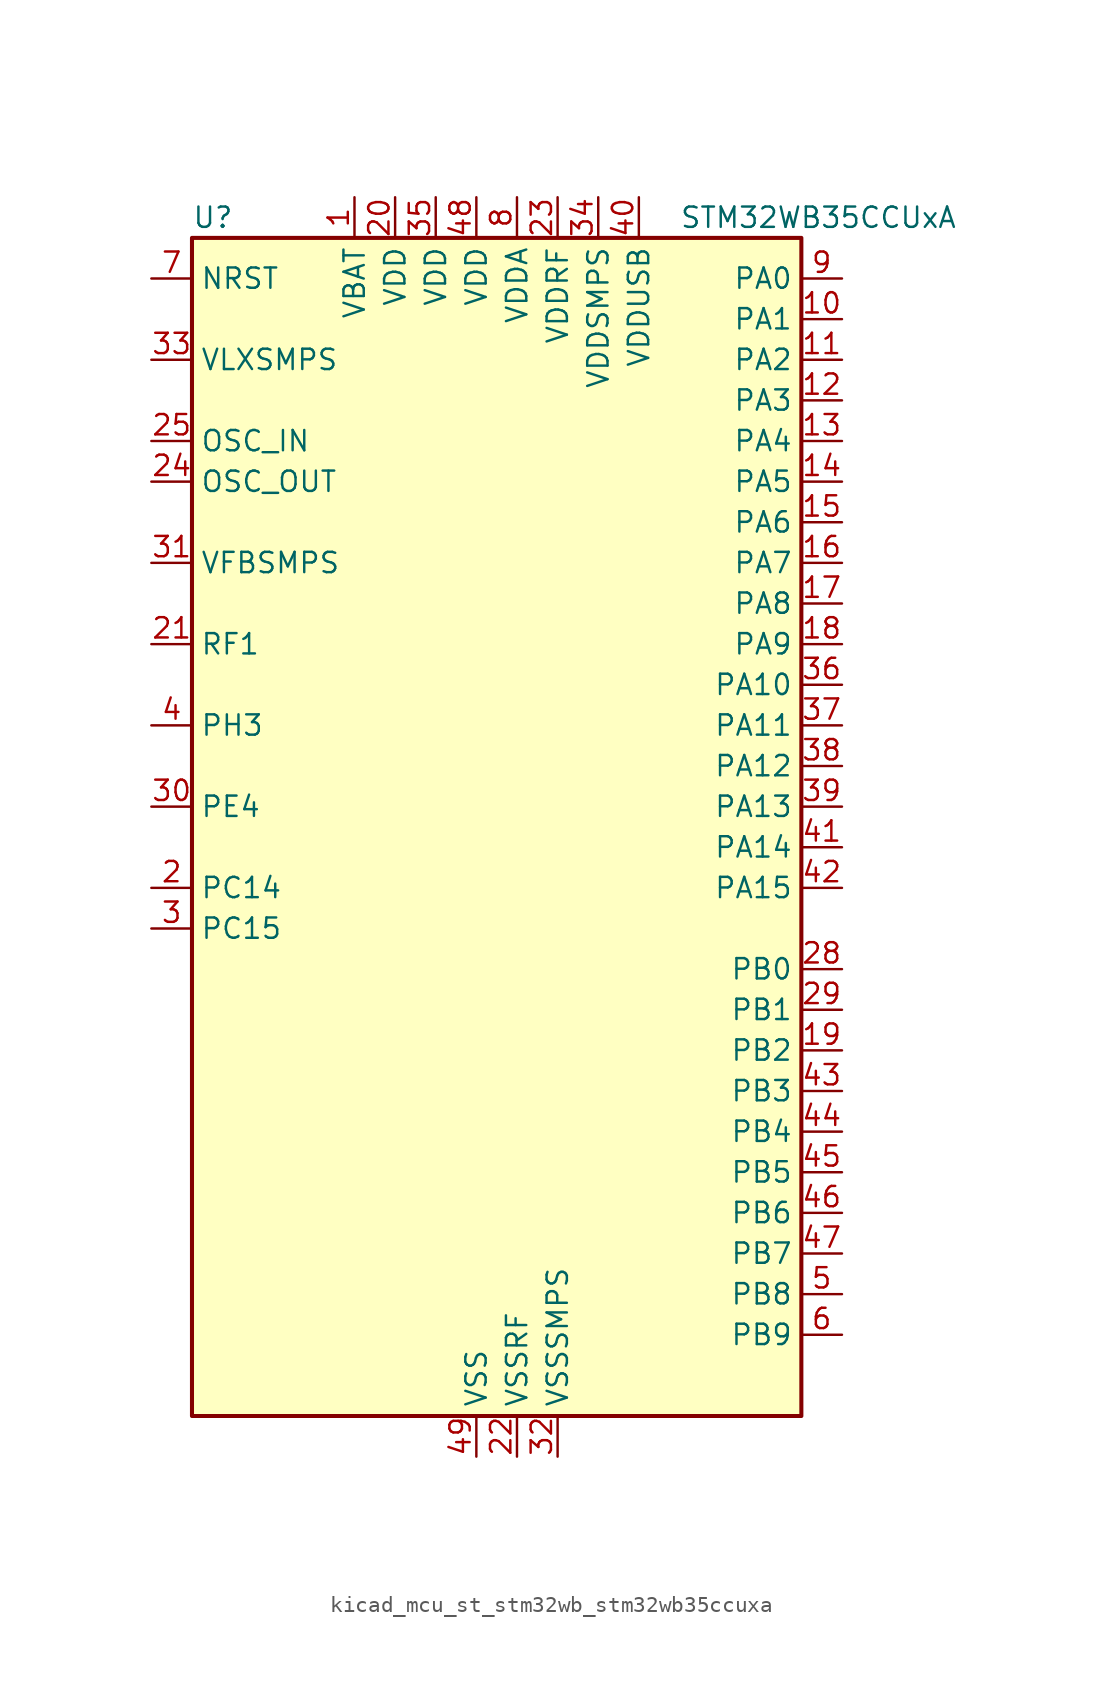
<source format=kicad_sym>
(kicad_symbol_lib
  (version 20220914)
  (generator kicad_symbol_editor)
  (symbol "kicad_mcu_st_stm32wb_stm32wb35ccuxa"
    (property "Reference" "U"
      (at -17.78 39.37 0)
      (effects (font (size 1.27 1.27)) (justify left)))
    (property "Value" "STM32WB35CCUxA"
      (at 12.7 39.37 0)
      (effects (font (size 1.27 1.27)) (justify left)))
    (property "ki_locked" ""
      (at 0 0 0)
      (effects (font (size 1.27 1.27))))
    (symbol "kicad_mcu_st_stm32wb_stm32wb35ccuxa_0_1"
      (rectangle (start -17.78 -35.56) (end 20.32 38.1) (stroke (width 0.254) (type default)) (fill (type background))))
    (symbol "kicad_mcu_st_stm32wb_stm32wb35ccuxa_1_1"
      (pin power_in line (at -7.62 40.64 270) (length 2.54) (name "VBAT" (effects (font (size 1.27 1.27)))) (number "1" (effects (font (size 1.27 1.27)))))
      (pin bidirectional line (at 22.86 33.02 180) (length 2.54) (name "PA1" (effects (font (size 1.27 1.27)))) (number "10" (effects (font (size 1.27 1.27)))) (alternate "ADC1_IN6" bidirectional line) (alternate "COMP1_INP" bidirectional line) (alternate "I2C1_SMBA" bidirectional line) (alternate "SPI1_SCK" bidirectional line) (alternate "TIM2_CH2" bidirectional line))
      (pin bidirectional line (at 22.86 30.48 180) (length 2.54) (name "PA2" (effects (font (size 1.27 1.27)))) (number "11" (effects (font (size 1.27 1.27)))) (alternate "ADC1_IN7" bidirectional line) (alternate "COMP2_INM" bidirectional line) (alternate "COMP2_OUT" bidirectional line) (alternate "LPUART1_TX" bidirectional line) (alternate "QUADSPI_BK1_NCS" bidirectional line) (alternate "RCC_LSCO" bidirectional line) (alternate "SYS_WKUP4" bidirectional line) (alternate "TIM2_CH3" bidirectional line))
      (pin bidirectional line (at 22.86 27.94 180) (length 2.54) (name "PA3" (effects (font (size 1.27 1.27)))) (number "12" (effects (font (size 1.27 1.27)))) (alternate "ADC1_IN8" bidirectional line) (alternate "COMP2_INP" bidirectional line) (alternate "LPUART1_RX" bidirectional line) (alternate "QUADSPI_CLK" bidirectional line) (alternate "SAI1_CK1" bidirectional line) (alternate "SAI1_MCLK_A" bidirectional line) (alternate "TIM2_CH4" bidirectional line))
      (pin bidirectional line (at 22.86 25.4 180) (length 2.54) (name "PA4" (effects (font (size 1.27 1.27)))) (number "13" (effects (font (size 1.27 1.27)))) (alternate "ADC1_IN9" bidirectional line) (alternate "COMP1_INM" bidirectional line) (alternate "COMP2_INM" bidirectional line) (alternate "LPTIM2_OUT" bidirectional line) (alternate "SAI1_FS_B" bidirectional line) (alternate "SPI1_NSS" bidirectional line))
      (pin bidirectional line (at 22.86 22.86 180) (length 2.54) (name "PA5" (effects (font (size 1.27 1.27)))) (number "14" (effects (font (size 1.27 1.27)))) (alternate "ADC1_IN10" bidirectional line) (alternate "COMP1_INM" bidirectional line) (alternate "COMP2_INM" bidirectional line) (alternate "LPTIM2_ETR" bidirectional line) (alternate "SAI1_SD_B" bidirectional line) (alternate "SPI1_SCK" bidirectional line) (alternate "TIM2_CH1" bidirectional line) (alternate "TIM2_ETR" bidirectional line))
      (pin bidirectional line (at 22.86 20.32 180) (length 2.54) (name "PA6" (effects (font (size 1.27 1.27)))) (number "15" (effects (font (size 1.27 1.27)))) (alternate "ADC1_IN11" bidirectional line) (alternate "LPUART1_CTS" bidirectional line) (alternate "QUADSPI_BK1_IO3" bidirectional line) (alternate "SPI1_MISO" bidirectional line) (alternate "TIM16_CH1" bidirectional line) (alternate "TIM1_BKIN" bidirectional line))
      (pin bidirectional line (at 22.86 17.78 180) (length 2.54) (name "PA7" (effects (font (size 1.27 1.27)))) (number "16" (effects (font (size 1.27 1.27)))) (alternate "ADC1_IN12" bidirectional line) (alternate "COMP2_OUT" bidirectional line) (alternate "I2C3_SCL" bidirectional line) (alternate "QUADSPI_BK1_IO2" bidirectional line) (alternate "SPI1_MOSI" bidirectional line) (alternate "TIM17_CH1" bidirectional line) (alternate "TIM1_CH1N" bidirectional line))
      (pin bidirectional line (at 22.86 15.24 180) (length 2.54) (name "PA8" (effects (font (size 1.27 1.27)))) (number "17" (effects (font (size 1.27 1.27)))) (alternate "ADC1_IN15" bidirectional line) (alternate "LPTIM2_OUT" bidirectional line) (alternate "RCC_MCO" bidirectional line) (alternate "SAI1_CK2" bidirectional line) (alternate "SAI1_SCK_A" bidirectional line) (alternate "TIM1_CH1" bidirectional line) (alternate "USART1_CK" bidirectional line))
      (pin bidirectional line (at 22.86 12.7 180) (length 2.54) (name "PA9" (effects (font (size 1.27 1.27)))) (number "18" (effects (font (size 1.27 1.27)))) (alternate "ADC1_IN16" bidirectional line) (alternate "COMP1_INM" bidirectional line) (alternate "I2C1_SCL" bidirectional line) (alternate "SAI1_D2" bidirectional line) (alternate "SAI1_FS_A" bidirectional line) (alternate "TIM1_CH2" bidirectional line) (alternate "USART1_TX" bidirectional line))
      (pin bidirectional line (at 22.86 -12.7 180) (length 2.54) (name "PB2" (effects (font (size 1.27 1.27)))) (number "19" (effects (font (size 1.27 1.27)))) (alternate "COMP1_INP" bidirectional line) (alternate "I2C3_SMBA" bidirectional line) (alternate "LPTIM1_OUT" bidirectional line) (alternate "RTC_OUT2" bidirectional line) (alternate "SAI1_EXTCLK" bidirectional line) (alternate "SPI1_NSS" bidirectional line))
      (pin bidirectional line (at -20.32 -2.54 0) (length 2.54) (name "PC14" (effects (font (size 1.27 1.27)))) (number "2" (effects (font (size 1.27 1.27)))) (alternate "RCC_OSC32_IN" bidirectional line))
      (pin power_in line (at -5.08 40.64 270) (length 2.54) (name "VDD" (effects (font (size 1.27 1.27)))) (number "20" (effects (font (size 1.27 1.27)))))
      (pin bidirectional line (at -20.32 12.7 0) (length 2.54) (name "RF1" (effects (font (size 1.27 1.27)))) (number "21" (effects (font (size 1.27 1.27)))) (alternate "RF_RF1" bidirectional line))
      (pin power_in line (at 2.54 -38.1 90) (length 2.54) (name "VSSRF" (effects (font (size 1.27 1.27)))) (number "22" (effects (font (size 1.27 1.27)))))
      (pin power_in line (at 5.08 40.64 270) (length 2.54) (name "VDDRF" (effects (font (size 1.27 1.27)))) (number "23" (effects (font (size 1.27 1.27)))))
      (pin input line (at -20.32 22.86 0) (length 2.54) (name "OSC_OUT" (effects (font (size 1.27 1.27)))) (number "24" (effects (font (size 1.27 1.27)))) (alternate "RCC_OSC_OUT" bidirectional line))
      (pin input line (at -20.32 25.4 0) (length 2.54) (name "OSC_IN" (effects (font (size 1.27 1.27)))) (number "25" (effects (font (size 1.27 1.27)))) (alternate "RCC_OSC_IN" bidirectional line))
      (pin no_connect line (at -17.78 -35.56 0) (length 2.54) hide (name "AT0" (effects (font (size 1.27 1.27)))) (number "26" (effects (font (size 1.27 1.27)))))
      (pin no_connect line (at -17.78 -33.02 0) (length 2.54) hide (name "AT1" (effects (font (size 1.27 1.27)))) (number "27" (effects (font (size 1.27 1.27)))))
      (pin bidirectional line (at 22.86 -7.62 180) (length 2.54) (name "PB0" (effects (font (size 1.27 1.27)))) (number "28" (effects (font (size 1.27 1.27)))) (alternate "COMP1_OUT" bidirectional line) (alternate "RF_TX_MOD_EXT_PA" bidirectional line))
      (pin bidirectional line (at 22.86 -10.16 180) (length 2.54) (name "PB1" (effects (font (size 1.27 1.27)))) (number "29" (effects (font (size 1.27 1.27)))) (alternate "LPTIM2_IN1" bidirectional line) (alternate "LPUART1_DE" bidirectional line) (alternate "LPUART1_RTS" bidirectional line))
      (pin bidirectional line (at -20.32 -5.08 0) (length 2.54) (name "PC15" (effects (font (size 1.27 1.27)))) (number "3" (effects (font (size 1.27 1.27)))) (alternate "ADC1_EXTI15" bidirectional line) (alternate "RCC_OSC32_OUT" bidirectional line))
      (pin bidirectional line (at -20.32 2.54 0) (length 2.54) (name "PE4" (effects (font (size 1.27 1.27)))) (number "30" (effects (font (size 1.27 1.27)))))
      (pin input line (at -20.32 17.78 0) (length 2.54) (name "VFBSMPS" (effects (font (size 1.27 1.27)))) (number "31" (effects (font (size 1.27 1.27)))))
      (pin power_in line (at 5.08 -38.1 90) (length 2.54) (name "VSSSMPS" (effects (font (size 1.27 1.27)))) (number "32" (effects (font (size 1.27 1.27)))))
      (pin power_in line (at -20.32 30.48 0) (length 2.54) (name "VLXSMPS" (effects (font (size 1.27 1.27)))) (number "33" (effects (font (size 1.27 1.27)))))
      (pin power_in line (at 7.62 40.64 270) (length 2.54) (name "VDDSMPS" (effects (font (size 1.27 1.27)))) (number "34" (effects (font (size 1.27 1.27)))))
      (pin power_in line (at -2.54 40.64 270) (length 2.54) (name "VDD" (effects (font (size 1.27 1.27)))) (number "35" (effects (font (size 1.27 1.27)))))
      (pin bidirectional line (at 22.86 10.16 180) (length 2.54) (name "PA10" (effects (font (size 1.27 1.27)))) (number "36" (effects (font (size 1.27 1.27)))) (alternate "CRS_SYNC" bidirectional line) (alternate "I2C1_SDA" bidirectional line) (alternate "SAI1_D1" bidirectional line) (alternate "SAI1_SD_A" bidirectional line) (alternate "TIM17_BKIN" bidirectional line) (alternate "TIM1_CH3" bidirectional line) (alternate "USART1_RX" bidirectional line))
      (pin bidirectional line (at 22.86 7.62 180) (length 2.54) (name "PA11" (effects (font (size 1.27 1.27)))) (number "37" (effects (font (size 1.27 1.27)))) (alternate "ADC1_EXTI11" bidirectional line) (alternate "SPI1_MISO" bidirectional line) (alternate "TIM1_BKIN2" bidirectional line) (alternate "TIM1_CH4" bidirectional line) (alternate "USART1_CTS" bidirectional line) (alternate "USART1_NSS" bidirectional line) (alternate "USB_DM" bidirectional line))
      (pin bidirectional line (at 22.86 5.08 180) (length 2.54) (name "PA12" (effects (font (size 1.27 1.27)))) (number "38" (effects (font (size 1.27 1.27)))) (alternate "LPUART1_RX" bidirectional line) (alternate "SPI1_MOSI" bidirectional line) (alternate "TIM1_ETR" bidirectional line) (alternate "USART1_DE" bidirectional line) (alternate "USART1_RTS" bidirectional line) (alternate "USB_DP" bidirectional line))
      (pin bidirectional line (at 22.86 2.54 180) (length 2.54) (name "PA13" (effects (font (size 1.27 1.27)))) (number "39" (effects (font (size 1.27 1.27)))) (alternate "IR_OUT" bidirectional line) (alternate "SAI1_SD_B" bidirectional line) (alternate "SYS_JTMS-SWDIO" bidirectional line) (alternate "USB_NOE" bidirectional line))
      (pin bidirectional line (at -20.32 7.62 0) (length 2.54) (name "PH3" (effects (font (size 1.27 1.27)))) (number "4" (effects (font (size 1.27 1.27)))) (alternate "RCC_LSCO" bidirectional line))
      (pin power_in line (at 10.16 40.64 270) (length 2.54) (name "VDDUSB" (effects (font (size 1.27 1.27)))) (number "40" (effects (font (size 1.27 1.27)))))
      (pin bidirectional line (at 22.86 0 180) (length 2.54) (name "PA14" (effects (font (size 1.27 1.27)))) (number "41" (effects (font (size 1.27 1.27)))) (alternate "I2C1_SMBA" bidirectional line) (alternate "LPTIM1_OUT" bidirectional line) (alternate "SAI1_FS_B" bidirectional line) (alternate "SYS_JTCK-SWCLK" bidirectional line))
      (pin bidirectional line (at 22.86 -2.54 180) (length 2.54) (name "PA15" (effects (font (size 1.27 1.27)))) (number "42" (effects (font (size 1.27 1.27)))) (alternate "ADC1_EXTI15" bidirectional line) (alternate "RCC_MCO" bidirectional line) (alternate "SPI1_NSS" bidirectional line) (alternate "SYS_JTDI" bidirectional line) (alternate "TIM2_CH1" bidirectional line) (alternate "TIM2_ETR" bidirectional line))
      (pin bidirectional line (at 22.86 -15.24 180) (length 2.54) (name "PB3" (effects (font (size 1.27 1.27)))) (number "43" (effects (font (size 1.27 1.27)))) (alternate "COMP2_INM" bidirectional line) (alternate "SAI1_SCK_B" bidirectional line) (alternate "SPI1_SCK" bidirectional line) (alternate "SYS_JTDO-SWO" bidirectional line) (alternate "TIM2_CH2" bidirectional line) (alternate "USART1_DE" bidirectional line) (alternate "USART1_RTS" bidirectional line))
      (pin bidirectional line (at 22.86 -17.78 180) (length 2.54) (name "PB4" (effects (font (size 1.27 1.27)))) (number "44" (effects (font (size 1.27 1.27)))) (alternate "COMP2_INP" bidirectional line) (alternate "I2C3_SDA" bidirectional line) (alternate "SAI1_MCLK_B" bidirectional line) (alternate "SPI1_MISO" bidirectional line) (alternate "SYS_JTRST" bidirectional line) (alternate "TIM17_BKIN" bidirectional line) (alternate "USART1_CTS" bidirectional line) (alternate "USART1_NSS" bidirectional line))
      (pin bidirectional line (at 22.86 -20.32 180) (length 2.54) (name "PB5" (effects (font (size 1.27 1.27)))) (number "45" (effects (font (size 1.27 1.27)))) (alternate "COMP2_OUT" bidirectional line) (alternate "I2C1_SMBA" bidirectional line) (alternate "LPTIM1_IN1" bidirectional line) (alternate "LPUART1_TX" bidirectional line) (alternate "SAI1_SD_B" bidirectional line) (alternate "SPI1_MOSI" bidirectional line) (alternate "TIM16_BKIN" bidirectional line) (alternate "USART1_CK" bidirectional line))
      (pin bidirectional line (at 22.86 -22.86 180) (length 2.54) (name "PB6" (effects (font (size 1.27 1.27)))) (number "46" (effects (font (size 1.27 1.27)))) (alternate "COMP2_INP" bidirectional line) (alternate "I2C1_SCL" bidirectional line) (alternate "LPTIM1_ETR" bidirectional line) (alternate "RCC_MCO" bidirectional line) (alternate "SAI1_FS_B" bidirectional line) (alternate "TIM16_CH1N" bidirectional line) (alternate "USART1_TX" bidirectional line))
      (pin bidirectional line (at 22.86 -25.4 180) (length 2.54) (name "PB7" (effects (font (size 1.27 1.27)))) (number "47" (effects (font (size 1.27 1.27)))) (alternate "COMP2_INM" bidirectional line) (alternate "I2C1_SDA" bidirectional line) (alternate "LPTIM1_IN2" bidirectional line) (alternate "SYS_PVD_IN" bidirectional line) (alternate "TIM17_CH1N" bidirectional line) (alternate "TIM1_BKIN" bidirectional line) (alternate "USART1_RX" bidirectional line))
      (pin power_in line (at 0 40.64 270) (length 2.54) (name "VDD" (effects (font (size 1.27 1.27)))) (number "48" (effects (font (size 1.27 1.27)))))
      (pin power_in line (at 0 -38.1 90) (length 2.54) (name "VSS" (effects (font (size 1.27 1.27)))) (number "49" (effects (font (size 1.27 1.27)))))
      (pin bidirectional line (at 22.86 -27.94 180) (length 2.54) (name "PB8" (effects (font (size 1.27 1.27)))) (number "5" (effects (font (size 1.27 1.27)))) (alternate "I2C1_SCL" bidirectional line) (alternate "QUADSPI_BK1_IO1" bidirectional line) (alternate "SAI1_CK1" bidirectional line) (alternate "SAI1_MCLK_A" bidirectional line) (alternate "TIM16_CH1" bidirectional line) (alternate "TIM1_CH2N" bidirectional line))
      (pin bidirectional line (at 22.86 -30.48 180) (length 2.54) (name "PB9" (effects (font (size 1.27 1.27)))) (number "6" (effects (font (size 1.27 1.27)))) (alternate "I2C1_SDA" bidirectional line) (alternate "IR_OUT" bidirectional line) (alternate "QUADSPI_BK1_IO0" bidirectional line) (alternate "SAI1_D2" bidirectional line) (alternate "SAI1_FS_A" bidirectional line) (alternate "TIM17_CH1" bidirectional line) (alternate "TIM1_CH3N" bidirectional line))
      (pin input line (at -20.32 35.56 0) (length 2.54) (name "NRST" (effects (font (size 1.27 1.27)))) (number "7" (effects (font (size 1.27 1.27)))))
      (pin power_in line (at 2.54 40.64 270) (length 2.54) (name "VDDA" (effects (font (size 1.27 1.27)))) (number "8" (effects (font (size 1.27 1.27)))))
      (pin bidirectional line (at 22.86 35.56 180) (length 2.54) (name "PA0" (effects (font (size 1.27 1.27)))) (number "9" (effects (font (size 1.27 1.27)))) (alternate "ADC1_IN5" bidirectional line) (alternate "COMP1_INM" bidirectional line) (alternate "COMP1_OUT" bidirectional line) (alternate "RTC_TAMP2" bidirectional line) (alternate "SAI1_EXTCLK" bidirectional line) (alternate "SYS_WKUP1" bidirectional line) (alternate "TIM2_CH1" bidirectional line) (alternate "TIM2_ETR" bidirectional line)))))
</source>
